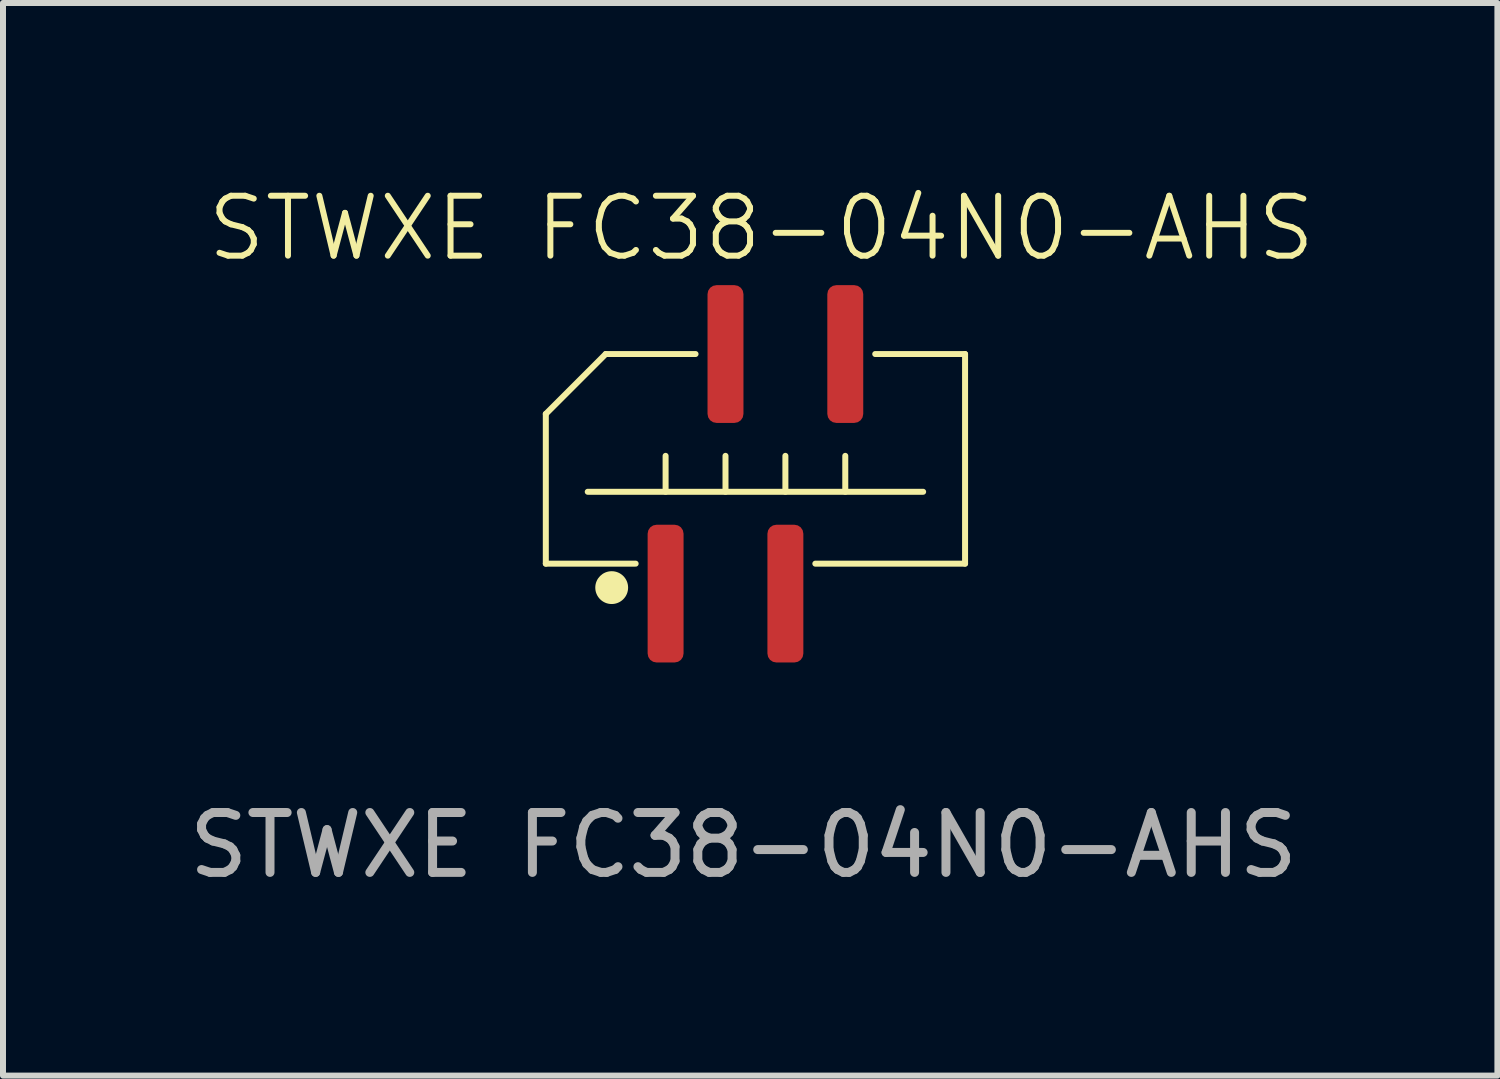
<source format=kicad_pcb>
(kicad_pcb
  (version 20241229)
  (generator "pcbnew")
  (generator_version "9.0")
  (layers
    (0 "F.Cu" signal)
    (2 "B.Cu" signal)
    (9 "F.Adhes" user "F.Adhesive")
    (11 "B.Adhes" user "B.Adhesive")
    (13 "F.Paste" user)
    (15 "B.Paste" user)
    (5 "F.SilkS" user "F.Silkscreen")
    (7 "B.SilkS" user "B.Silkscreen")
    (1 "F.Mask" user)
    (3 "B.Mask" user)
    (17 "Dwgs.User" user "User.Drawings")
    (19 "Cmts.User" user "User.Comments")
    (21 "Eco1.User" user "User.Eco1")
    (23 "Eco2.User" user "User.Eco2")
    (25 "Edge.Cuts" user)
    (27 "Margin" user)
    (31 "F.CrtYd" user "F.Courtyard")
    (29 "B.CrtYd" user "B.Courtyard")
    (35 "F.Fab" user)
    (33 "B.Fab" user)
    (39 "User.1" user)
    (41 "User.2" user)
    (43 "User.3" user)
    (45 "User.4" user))
  (footprint "STWXE FC38-04N0-AHS"
    (layer "F.Cu")
    (at 9.563 4.861)
    (property "Reference" "STWXE FC38-04N0-AHS" (at 0.1 -4.1 0) (unlocked yes) (layer "F.SilkS") (effects (font (size 1 1) (thickness 0.1))))
    (attr smd)
    (fp_line (start -3.5 1.5) (end -3.5 -1) (stroke (width 0.1) (type default)) (layer "F.SilkS"))
    (fp_line (start -2.8 0.3) (end 2.8 0.3) (stroke (width 0.1) (type default)) (layer "F.SilkS"))
    (fp_line (start -2.5 -2) (end -3.5 -1) (stroke (width 0.1) (type default)) (layer "F.SilkS"))
    (fp_line (start -2.5 -2) (end -1 -2) (stroke (width 0.1) (type default)) (layer "F.SilkS"))
    (fp_line (start -2 1.5) (end -3.5 1.5) (stroke (width 0.1) (type default)) (layer "F.SilkS"))
    (fp_line (start -1.5 -0.3) (end -1.5 0.3) (stroke (width 0.1) (type default)) (layer "F.SilkS"))
    (fp_line (start -0.5 -0.3) (end -0.5 0.3) (stroke (width 0.1) (type default)) (layer "F.SilkS"))
    (fp_line (start 0.5 -0.3) (end 0.5 0.3) (stroke (width 0.1) (type default)) (layer "F.SilkS"))
    (fp_line (start 1.5 -0.3) (end 1.5 0.3) (stroke (width 0.1) (type default)) (layer "F.SilkS"))
    (fp_line (start 3.5 -2) (end 2 -2) (stroke (width 0.1) (type default)) (layer "F.SilkS"))
    (fp_line (start 3.5 -2) (end 3.5 1.5) (stroke (width 0.1) (type default)) (layer "F.SilkS"))
    (fp_line (start 3.5 1.5) (end 1 1.5) (stroke (width 0.1) (type default)) (layer "F.SilkS"))
    (fp_circle (center -2.4 1.9) (end -2.176 1.9) (stroke (width 0.1) (type solid)) (fill yes) (layer "F.SilkS"))
    (fp_text user "${REFERENCE}" (at -0.2 6.2 0) (unlocked yes) (layer "F.Fab") (effects (font (size 1 1) (thickness 0.15))))
    (pad "1" smd roundrect (at -1.5 2) (size 0.6 2.3) (layers "F.Cu" "F.Mask" "F.Paste") (roundrect_rratio 0.25))
    (pad "2" smd roundrect (at -0.5 -2) (size 0.6 2.3) (layers "F.Cu" "F.Mask" "F.Paste") (roundrect_rratio 0.25))
    (pad "3" smd roundrect (at 0.5 2) (size 0.6 2.3) (layers "F.Cu" "F.Mask" "F.Paste") (roundrect_rratio 0.25))
    (pad "4" smd roundrect (at 1.5 -2) (size 0.6 2.3) (layers "F.Cu" "F.Mask" "F.Paste") (roundrect_rratio 0.25)))
  (gr_rect
    (start -3 -3)
    (end 21.951 14.909)
    (stroke (width 0.1) (type default))
    (fill no)
    (layer "Edge.Cuts")))
</source>
